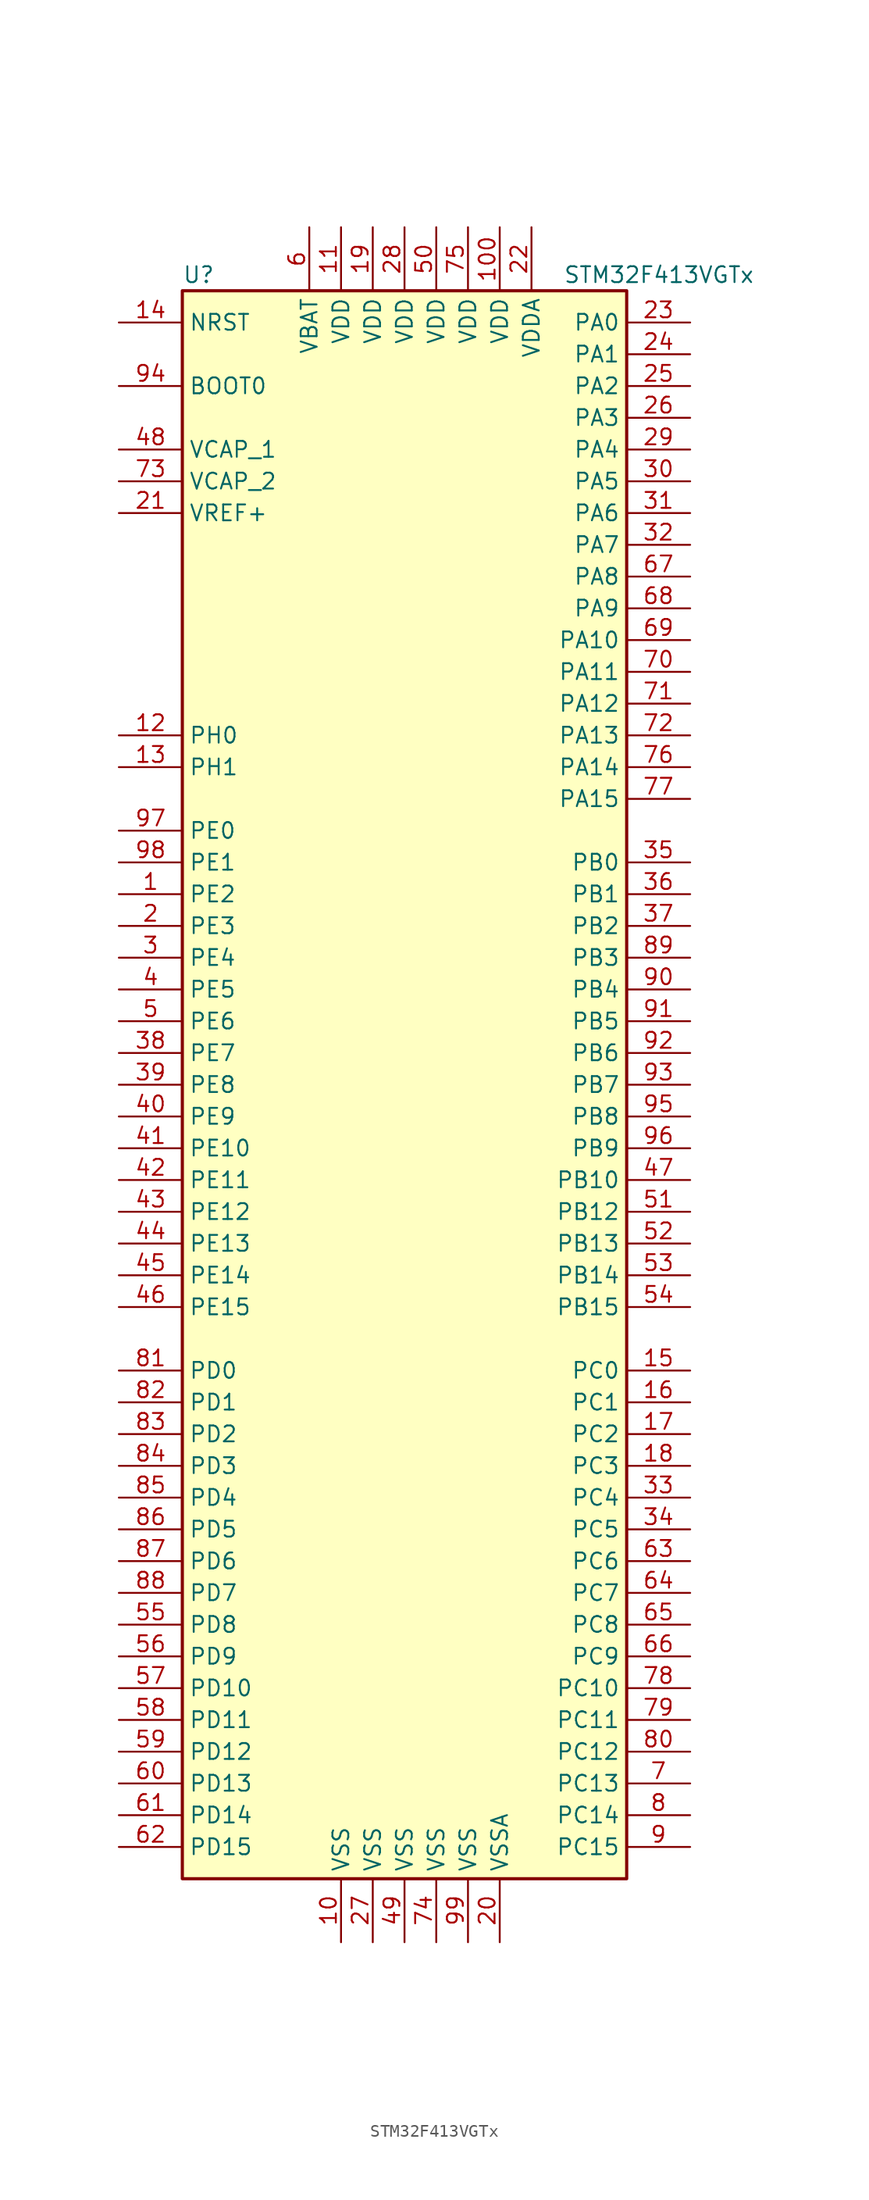
<source format=kicad_sym>
(kicad_symbol_lib
  (version 20220914)
  (generator kicad_symbol_editor)
  (symbol "STM32F413VGTx"
    (property "Reference" "U"
      (at -17.78 64.77 0)
      (effects (font (size 1.27 1.27)) (justify left)))
    (property "Value" "STM32F413VGTx"
      (at 12.7 64.77 0)
      (effects (font (size 1.27 1.27)) (justify left)))
    (symbol "STM32F413VGTx_0_1"
      (rectangle (start -17.78 -63.5) (end 17.78 63.5) (stroke (width 0.254) (type default)) (fill (type background))))
    (symbol "STM32F413VGTx_1_1"
      (pin bidirectional line (at -22.86 15.24 0) (length 5.08) (name "PE2" (effects (font (size 1.27 1.27)))) (number "1" (effects (font (size 1.27 1.27)))))
      (pin power_in line (at -5.08 -68.58 90) (length 5.08) (name "VSS" (effects (font (size 1.27 1.27)))) (number "10" (effects (font (size 1.27 1.27)))))
      (pin power_in line (at 7.62 68.58 270) (length 5.08) (name "VDD" (effects (font (size 1.27 1.27)))) (number "100" (effects (font (size 1.27 1.27)))))
      (pin power_in line (at -5.08 68.58 270) (length 5.08) (name "VDD" (effects (font (size 1.27 1.27)))) (number "11" (effects (font (size 1.27 1.27)))))
      (pin input line (at -22.86 27.94 0) (length 5.08) (name "PH0" (effects (font (size 1.27 1.27)))) (number "12" (effects (font (size 1.27 1.27)))))
      (pin input line (at -22.86 25.4 0) (length 5.08) (name "PH1" (effects (font (size 1.27 1.27)))) (number "13" (effects (font (size 1.27 1.27)))))
      (pin input line (at -22.86 60.96 0) (length 5.08) (name "NRST" (effects (font (size 1.27 1.27)))) (number "14" (effects (font (size 1.27 1.27)))))
      (pin bidirectional line (at 22.86 -22.86 180) (length 5.08) (name "PC0" (effects (font (size 1.27 1.27)))) (number "15" (effects (font (size 1.27 1.27)))))
      (pin bidirectional line (at 22.86 -25.4 180) (length 5.08) (name "PC1" (effects (font (size 1.27 1.27)))) (number "16" (effects (font (size 1.27 1.27)))))
      (pin bidirectional line (at 22.86 -27.94 180) (length 5.08) (name "PC2" (effects (font (size 1.27 1.27)))) (number "17" (effects (font (size 1.27 1.27)))))
      (pin bidirectional line (at 22.86 -30.48 180) (length 5.08) (name "PC3" (effects (font (size 1.27 1.27)))) (number "18" (effects (font (size 1.27 1.27)))))
      (pin power_in line (at -2.54 68.58 270) (length 5.08) (name "VDD" (effects (font (size 1.27 1.27)))) (number "19" (effects (font (size 1.27 1.27)))))
      (pin bidirectional line (at -22.86 12.7 0) (length 5.08) (name "PE3" (effects (font (size 1.27 1.27)))) (number "2" (effects (font (size 1.27 1.27)))))
      (pin power_in line (at 7.62 -68.58 90) (length 5.08) (name "VSSA" (effects (font (size 1.27 1.27)))) (number "20" (effects (font (size 1.27 1.27)))))
      (pin power_in line (at -22.86 45.72 0) (length 5.08) (name "VREF+" (effects (font (size 1.27 1.27)))) (number "21" (effects (font (size 1.27 1.27)))))
      (pin power_in line (at 10.16 68.58 270) (length 5.08) (name "VDDA" (effects (font (size 1.27 1.27)))) (number "22" (effects (font (size 1.27 1.27)))))
      (pin bidirectional line (at 22.86 60.96 180) (length 5.08) (name "PA0" (effects (font (size 1.27 1.27)))) (number "23" (effects (font (size 1.27 1.27)))))
      (pin bidirectional line (at 22.86 58.42 180) (length 5.08) (name "PA1" (effects (font (size 1.27 1.27)))) (number "24" (effects (font (size 1.27 1.27)))))
      (pin bidirectional line (at 22.86 55.88 180) (length 5.08) (name "PA2" (effects (font (size 1.27 1.27)))) (number "25" (effects (font (size 1.27 1.27)))))
      (pin bidirectional line (at 22.86 53.34 180) (length 5.08) (name "PA3" (effects (font (size 1.27 1.27)))) (number "26" (effects (font (size 1.27 1.27)))))
      (pin power_in line (at -2.54 -68.58 90) (length 5.08) (name "VSS" (effects (font (size 1.27 1.27)))) (number "27" (effects (font (size 1.27 1.27)))))
      (pin power_in line (at 0 68.58 270) (length 5.08) (name "VDD" (effects (font (size 1.27 1.27)))) (number "28" (effects (font (size 1.27 1.27)))))
      (pin bidirectional line (at 22.86 50.8 180) (length 5.08) (name "PA4" (effects (font (size 1.27 1.27)))) (number "29" (effects (font (size 1.27 1.27)))))
      (pin bidirectional line (at -22.86 10.16 0) (length 5.08) (name "PE4" (effects (font (size 1.27 1.27)))) (number "3" (effects (font (size 1.27 1.27)))))
      (pin bidirectional line (at 22.86 48.26 180) (length 5.08) (name "PA5" (effects (font (size 1.27 1.27)))) (number "30" (effects (font (size 1.27 1.27)))))
      (pin bidirectional line (at 22.86 45.72 180) (length 5.08) (name "PA6" (effects (font (size 1.27 1.27)))) (number "31" (effects (font (size 1.27 1.27)))))
      (pin bidirectional line (at 22.86 43.18 180) (length 5.08) (name "PA7" (effects (font (size 1.27 1.27)))) (number "32" (effects (font (size 1.27 1.27)))))
      (pin bidirectional line (at 22.86 -33.02 180) (length 5.08) (name "PC4" (effects (font (size 1.27 1.27)))) (number "33" (effects (font (size 1.27 1.27)))))
      (pin bidirectional line (at 22.86 -35.56 180) (length 5.08) (name "PC5" (effects (font (size 1.27 1.27)))) (number "34" (effects (font (size 1.27 1.27)))))
      (pin bidirectional line (at 22.86 17.78 180) (length 5.08) (name "PB0" (effects (font (size 1.27 1.27)))) (number "35" (effects (font (size 1.27 1.27)))))
      (pin bidirectional line (at 22.86 15.24 180) (length 5.08) (name "PB1" (effects (font (size 1.27 1.27)))) (number "36" (effects (font (size 1.27 1.27)))))
      (pin bidirectional line (at 22.86 12.7 180) (length 5.08) (name "PB2" (effects (font (size 1.27 1.27)))) (number "37" (effects (font (size 1.27 1.27)))))
      (pin bidirectional line (at -22.86 2.54 0) (length 5.08) (name "PE7" (effects (font (size 1.27 1.27)))) (number "38" (effects (font (size 1.27 1.27)))))
      (pin bidirectional line (at -22.86 0 0) (length 5.08) (name "PE8" (effects (font (size 1.27 1.27)))) (number "39" (effects (font (size 1.27 1.27)))))
      (pin bidirectional line (at -22.86 7.62 0) (length 5.08) (name "PE5" (effects (font (size 1.27 1.27)))) (number "4" (effects (font (size 1.27 1.27)))))
      (pin bidirectional line (at -22.86 -2.54 0) (length 5.08) (name "PE9" (effects (font (size 1.27 1.27)))) (number "40" (effects (font (size 1.27 1.27)))))
      (pin bidirectional line (at -22.86 -5.08 0) (length 5.08) (name "PE10" (effects (font (size 1.27 1.27)))) (number "41" (effects (font (size 1.27 1.27)))))
      (pin bidirectional line (at -22.86 -7.62 0) (length 5.08) (name "PE11" (effects (font (size 1.27 1.27)))) (number "42" (effects (font (size 1.27 1.27)))))
      (pin bidirectional line (at -22.86 -10.16 0) (length 5.08) (name "PE12" (effects (font (size 1.27 1.27)))) (number "43" (effects (font (size 1.27 1.27)))))
      (pin bidirectional line (at -22.86 -12.7 0) (length 5.08) (name "PE13" (effects (font (size 1.27 1.27)))) (number "44" (effects (font (size 1.27 1.27)))))
      (pin bidirectional line (at -22.86 -15.24 0) (length 5.08) (name "PE14" (effects (font (size 1.27 1.27)))) (number "45" (effects (font (size 1.27 1.27)))))
      (pin bidirectional line (at -22.86 -17.78 0) (length 5.08) (name "PE15" (effects (font (size 1.27 1.27)))) (number "46" (effects (font (size 1.27 1.27)))))
      (pin bidirectional line (at 22.86 -7.62 180) (length 5.08) (name "PB10" (effects (font (size 1.27 1.27)))) (number "47" (effects (font (size 1.27 1.27)))))
      (pin power_in line (at -22.86 50.8 0) (length 5.08) (name "VCAP_1" (effects (font (size 1.27 1.27)))) (number "48" (effects (font (size 1.27 1.27)))))
      (pin power_in line (at 0 -68.58 90) (length 5.08) (name "VSS" (effects (font (size 1.27 1.27)))) (number "49" (effects (font (size 1.27 1.27)))))
      (pin bidirectional line (at -22.86 5.08 0) (length 5.08) (name "PE6" (effects (font (size 1.27 1.27)))) (number "5" (effects (font (size 1.27 1.27)))))
      (pin power_in line (at 2.54 68.58 270) (length 5.08) (name "VDD" (effects (font (size 1.27 1.27)))) (number "50" (effects (font (size 1.27 1.27)))))
      (pin bidirectional line (at 22.86 -10.16 180) (length 5.08) (name "PB12" (effects (font (size 1.27 1.27)))) (number "51" (effects (font (size 1.27 1.27)))))
      (pin bidirectional line (at 22.86 -12.7 180) (length 5.08) (name "PB13" (effects (font (size 1.27 1.27)))) (number "52" (effects (font (size 1.27 1.27)))))
      (pin bidirectional line (at 22.86 -15.24 180) (length 5.08) (name "PB14" (effects (font (size 1.27 1.27)))) (number "53" (effects (font (size 1.27 1.27)))))
      (pin bidirectional line (at 22.86 -17.78 180) (length 5.08) (name "PB15" (effects (font (size 1.27 1.27)))) (number "54" (effects (font (size 1.27 1.27)))))
      (pin bidirectional line (at -22.86 -43.18 0) (length 5.08) (name "PD8" (effects (font (size 1.27 1.27)))) (number "55" (effects (font (size 1.27 1.27)))))
      (pin bidirectional line (at -22.86 -45.72 0) (length 5.08) (name "PD9" (effects (font (size 1.27 1.27)))) (number "56" (effects (font (size 1.27 1.27)))))
      (pin bidirectional line (at -22.86 -48.26 0) (length 5.08) (name "PD10" (effects (font (size 1.27 1.27)))) (number "57" (effects (font (size 1.27 1.27)))))
      (pin bidirectional line (at -22.86 -50.8 0) (length 5.08) (name "PD11" (effects (font (size 1.27 1.27)))) (number "58" (effects (font (size 1.27 1.27)))))
      (pin bidirectional line (at -22.86 -53.34 0) (length 5.08) (name "PD12" (effects (font (size 1.27 1.27)))) (number "59" (effects (font (size 1.27 1.27)))))
      (pin power_in line (at -7.62 68.58 270) (length 5.08) (name "VBAT" (effects (font (size 1.27 1.27)))) (number "6" (effects (font (size 1.27 1.27)))))
      (pin bidirectional line (at -22.86 -55.88 0) (length 5.08) (name "PD13" (effects (font (size 1.27 1.27)))) (number "60" (effects (font (size 1.27 1.27)))))
      (pin bidirectional line (at -22.86 -58.42 0) (length 5.08) (name "PD14" (effects (font (size 1.27 1.27)))) (number "61" (effects (font (size 1.27 1.27)))))
      (pin bidirectional line (at -22.86 -60.96 0) (length 5.08) (name "PD15" (effects (font (size 1.27 1.27)))) (number "62" (effects (font (size 1.27 1.27)))))
      (pin bidirectional line (at 22.86 -38.1 180) (length 5.08) (name "PC6" (effects (font (size 1.27 1.27)))) (number "63" (effects (font (size 1.27 1.27)))))
      (pin bidirectional line (at 22.86 -40.64 180) (length 5.08) (name "PC7" (effects (font (size 1.27 1.27)))) (number "64" (effects (font (size 1.27 1.27)))))
      (pin bidirectional line (at 22.86 -43.18 180) (length 5.08) (name "PC8" (effects (font (size 1.27 1.27)))) (number "65" (effects (font (size 1.27 1.27)))))
      (pin bidirectional line (at 22.86 -45.72 180) (length 5.08) (name "PC9" (effects (font (size 1.27 1.27)))) (number "66" (effects (font (size 1.27 1.27)))))
      (pin bidirectional line (at 22.86 40.64 180) (length 5.08) (name "PA8" (effects (font (size 1.27 1.27)))) (number "67" (effects (font (size 1.27 1.27)))))
      (pin bidirectional line (at 22.86 38.1 180) (length 5.08) (name "PA9" (effects (font (size 1.27 1.27)))) (number "68" (effects (font (size 1.27 1.27)))))
      (pin bidirectional line (at 22.86 35.56 180) (length 5.08) (name "PA10" (effects (font (size 1.27 1.27)))) (number "69" (effects (font (size 1.27 1.27)))))
      (pin bidirectional line (at 22.86 -55.88 180) (length 5.08) (name "PC13" (effects (font (size 1.27 1.27)))) (number "7" (effects (font (size 1.27 1.27)))))
      (pin bidirectional line (at 22.86 33.02 180) (length 5.08) (name "PA11" (effects (font (size 1.27 1.27)))) (number "70" (effects (font (size 1.27 1.27)))))
      (pin bidirectional line (at 22.86 30.48 180) (length 5.08) (name "PA12" (effects (font (size 1.27 1.27)))) (number "71" (effects (font (size 1.27 1.27)))))
      (pin bidirectional line (at 22.86 27.94 180) (length 5.08) (name "PA13" (effects (font (size 1.27 1.27)))) (number "72" (effects (font (size 1.27 1.27)))))
      (pin power_in line (at -22.86 48.26 0) (length 5.08) (name "VCAP_2" (effects (font (size 1.27 1.27)))) (number "73" (effects (font (size 1.27 1.27)))))
      (pin power_in line (at 2.54 -68.58 90) (length 5.08) (name "VSS" (effects (font (size 1.27 1.27)))) (number "74" (effects (font (size 1.27 1.27)))))
      (pin power_in line (at 5.08 68.58 270) (length 5.08) (name "VDD" (effects (font (size 1.27 1.27)))) (number "75" (effects (font (size 1.27 1.27)))))
      (pin bidirectional line (at 22.86 25.4 180) (length 5.08) (name "PA14" (effects (font (size 1.27 1.27)))) (number "76" (effects (font (size 1.27 1.27)))))
      (pin bidirectional line (at 22.86 22.86 180) (length 5.08) (name "PA15" (effects (font (size 1.27 1.27)))) (number "77" (effects (font (size 1.27 1.27)))))
      (pin bidirectional line (at 22.86 -48.26 180) (length 5.08) (name "PC10" (effects (font (size 1.27 1.27)))) (number "78" (effects (font (size 1.27 1.27)))))
      (pin bidirectional line (at 22.86 -50.8 180) (length 5.08) (name "PC11" (effects (font (size 1.27 1.27)))) (number "79" (effects (font (size 1.27 1.27)))))
      (pin bidirectional line (at 22.86 -58.42 180) (length 5.08) (name "PC14" (effects (font (size 1.27 1.27)))) (number "8" (effects (font (size 1.27 1.27)))))
      (pin bidirectional line (at 22.86 -53.34 180) (length 5.08) (name "PC12" (effects (font (size 1.27 1.27)))) (number "80" (effects (font (size 1.27 1.27)))))
      (pin bidirectional line (at -22.86 -22.86 0) (length 5.08) (name "PD0" (effects (font (size 1.27 1.27)))) (number "81" (effects (font (size 1.27 1.27)))))
      (pin bidirectional line (at -22.86 -25.4 0) (length 5.08) (name "PD1" (effects (font (size 1.27 1.27)))) (number "82" (effects (font (size 1.27 1.27)))))
      (pin bidirectional line (at -22.86 -27.94 0) (length 5.08) (name "PD2" (effects (font (size 1.27 1.27)))) (number "83" (effects (font (size 1.27 1.27)))))
      (pin bidirectional line (at -22.86 -30.48 0) (length 5.08) (name "PD3" (effects (font (size 1.27 1.27)))) (number "84" (effects (font (size 1.27 1.27)))))
      (pin bidirectional line (at -22.86 -33.02 0) (length 5.08) (name "PD4" (effects (font (size 1.27 1.27)))) (number "85" (effects (font (size 1.27 1.27)))))
      (pin bidirectional line (at -22.86 -35.56 0) (length 5.08) (name "PD5" (effects (font (size 1.27 1.27)))) (number "86" (effects (font (size 1.27 1.27)))))
      (pin bidirectional line (at -22.86 -38.1 0) (length 5.08) (name "PD6" (effects (font (size 1.27 1.27)))) (number "87" (effects (font (size 1.27 1.27)))))
      (pin bidirectional line (at -22.86 -40.64 0) (length 5.08) (name "PD7" (effects (font (size 1.27 1.27)))) (number "88" (effects (font (size 1.27 1.27)))))
      (pin bidirectional line (at 22.86 10.16 180) (length 5.08) (name "PB3" (effects (font (size 1.27 1.27)))) (number "89" (effects (font (size 1.27 1.27)))))
      (pin bidirectional line (at 22.86 -60.96 180) (length 5.08) (name "PC15" (effects (font (size 1.27 1.27)))) (number "9" (effects (font (size 1.27 1.27)))))
      (pin bidirectional line (at 22.86 7.62 180) (length 5.08) (name "PB4" (effects (font (size 1.27 1.27)))) (number "90" (effects (font (size 1.27 1.27)))))
      (pin bidirectional line (at 22.86 5.08 180) (length 5.08) (name "PB5" (effects (font (size 1.27 1.27)))) (number "91" (effects (font (size 1.27 1.27)))))
      (pin bidirectional line (at 22.86 2.54 180) (length 5.08) (name "PB6" (effects (font (size 1.27 1.27)))) (number "92" (effects (font (size 1.27 1.27)))))
      (pin bidirectional line (at 22.86 0 180) (length 5.08) (name "PB7" (effects (font (size 1.27 1.27)))) (number "93" (effects (font (size 1.27 1.27)))))
      (pin input line (at -22.86 55.88 0) (length 5.08) (name "BOOT0" (effects (font (size 1.27 1.27)))) (number "94" (effects (font (size 1.27 1.27)))))
      (pin bidirectional line (at 22.86 -2.54 180) (length 5.08) (name "PB8" (effects (font (size 1.27 1.27)))) (number "95" (effects (font (size 1.27 1.27)))))
      (pin bidirectional line (at 22.86 -5.08 180) (length 5.08) (name "PB9" (effects (font (size 1.27 1.27)))) (number "96" (effects (font (size 1.27 1.27)))))
      (pin bidirectional line (at -22.86 20.32 0) (length 5.08) (name "PE0" (effects (font (size 1.27 1.27)))) (number "97" (effects (font (size 1.27 1.27)))))
      (pin bidirectional line (at -22.86 17.78 0) (length 5.08) (name "PE1" (effects (font (size 1.27 1.27)))) (number "98" (effects (font (size 1.27 1.27)))))
      (pin power_in line (at 5.08 -68.58 90) (length 5.08) (name "VSS" (effects (font (size 1.27 1.27)))) (number "99" (effects (font (size 1.27 1.27))))))))
</source>
